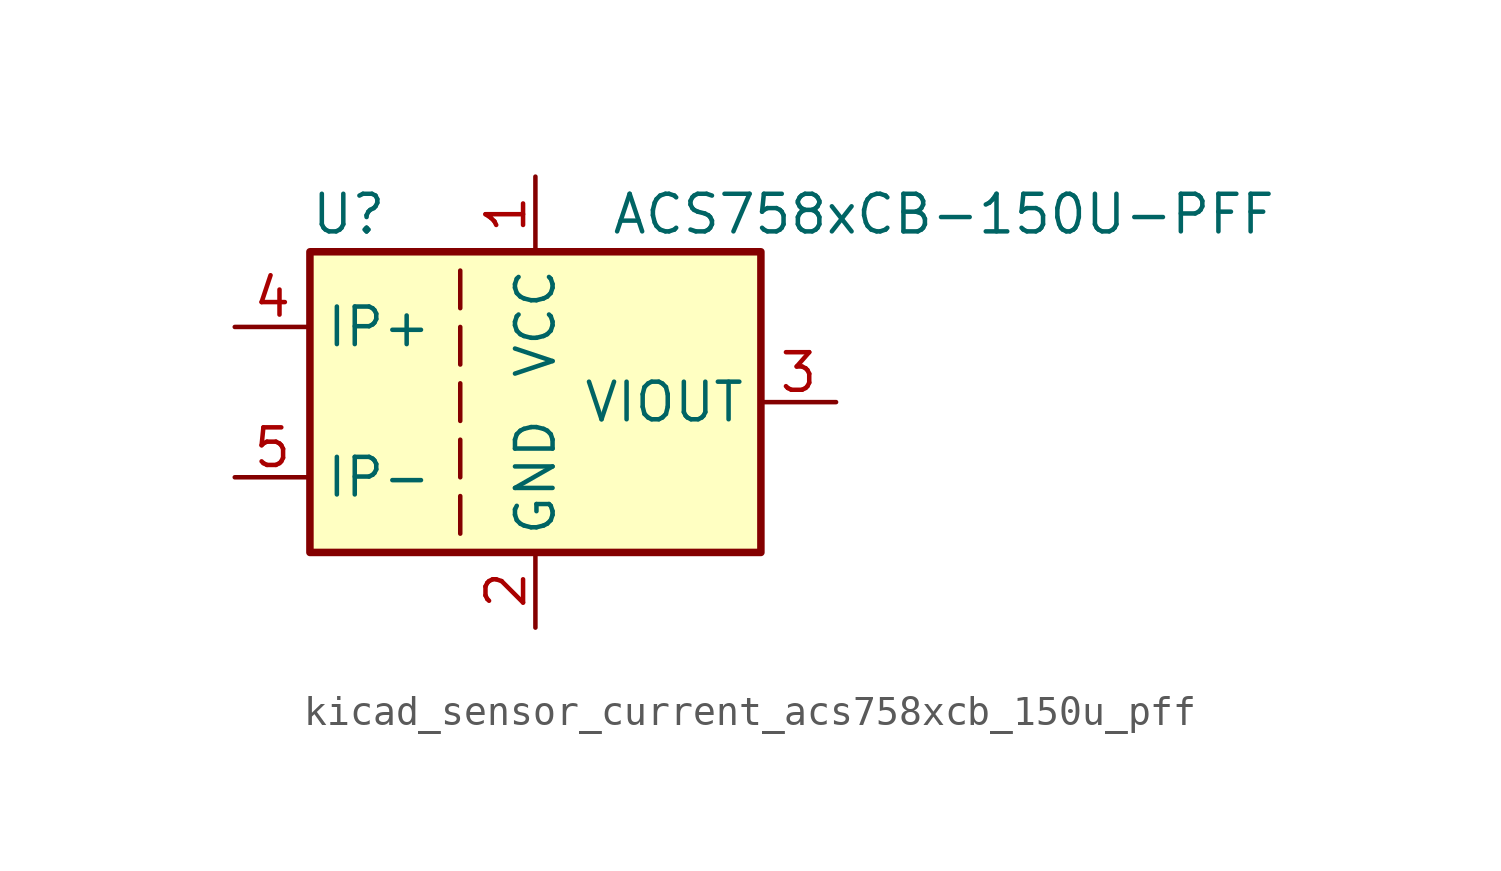
<source format=kicad_sym>
(kicad_symbol_lib
  (version 20220914)
  (generator kicad_symbol_editor)
  (symbol "kicad_sensor_current_acs758xcb_150u_pff"
    (property "Reference" "U"
      (at -7.62 6.35 0)
      (effects (font (size 1.27 1.27)) (justify left)))
    (property "Value" "ACS758xCB-150U-PFF"
      (at 2.54 6.35 0)
      (effects (font (size 1.27 1.27)) (justify left)))
    (symbol "kicad_sensor_current_acs758xcb_150u_pff_0_1"
      (rectangle (start -7.62 5.08) (end 7.62 -5.08) (stroke (width 0.254) (type default)) (fill (type background)))
      (polyline (pts (xy -2.54 -3.175) (xy -2.54 -4.445)) (stroke (width 0) (type default)) (fill (type none)))
      (polyline (pts (xy -2.54 -1.27) (xy -2.54 -2.54)) (stroke (width 0) (type default)) (fill (type none)))
      (polyline (pts (xy -2.54 0.635) (xy -2.54 -0.635)) (stroke (width 0) (type default)) (fill (type none)))
      (polyline (pts (xy -2.54 1.27) (xy -2.54 2.54)) (stroke (width 0) (type default)) (fill (type none)))
      (polyline (pts (xy -2.54 3.175) (xy -2.54 4.445)) (stroke (width 0) (type default)) (fill (type none))))
    (symbol "kicad_sensor_current_acs758xcb_150u_pff_1_1"
      (pin power_in line (at 0 7.62 270) (length 2.54) (name "VCC" (effects (font (size 1.27 1.27)))) (number "1" (effects (font (size 1.27 1.27)))))
      (pin power_in line (at 0 -7.62 90) (length 2.54) (name "GND" (effects (font (size 1.27 1.27)))) (number "2" (effects (font (size 1.27 1.27)))))
      (pin output line (at 10.16 0 180) (length 2.54) (name "VIOUT" (effects (font (size 1.27 1.27)))) (number "3" (effects (font (size 1.27 1.27)))))
      (pin passive line (at -10.16 2.54 0) (length 2.54) (name "IP+" (effects (font (size 1.27 1.27)))) (number "4" (effects (font (size 1.27 1.27)))))
      (pin passive line (at -10.16 -2.54 0) (length 2.54) (name "IP-" (effects (font (size 1.27 1.27)))) (number "5" (effects (font (size 1.27 1.27))))))))
</source>
